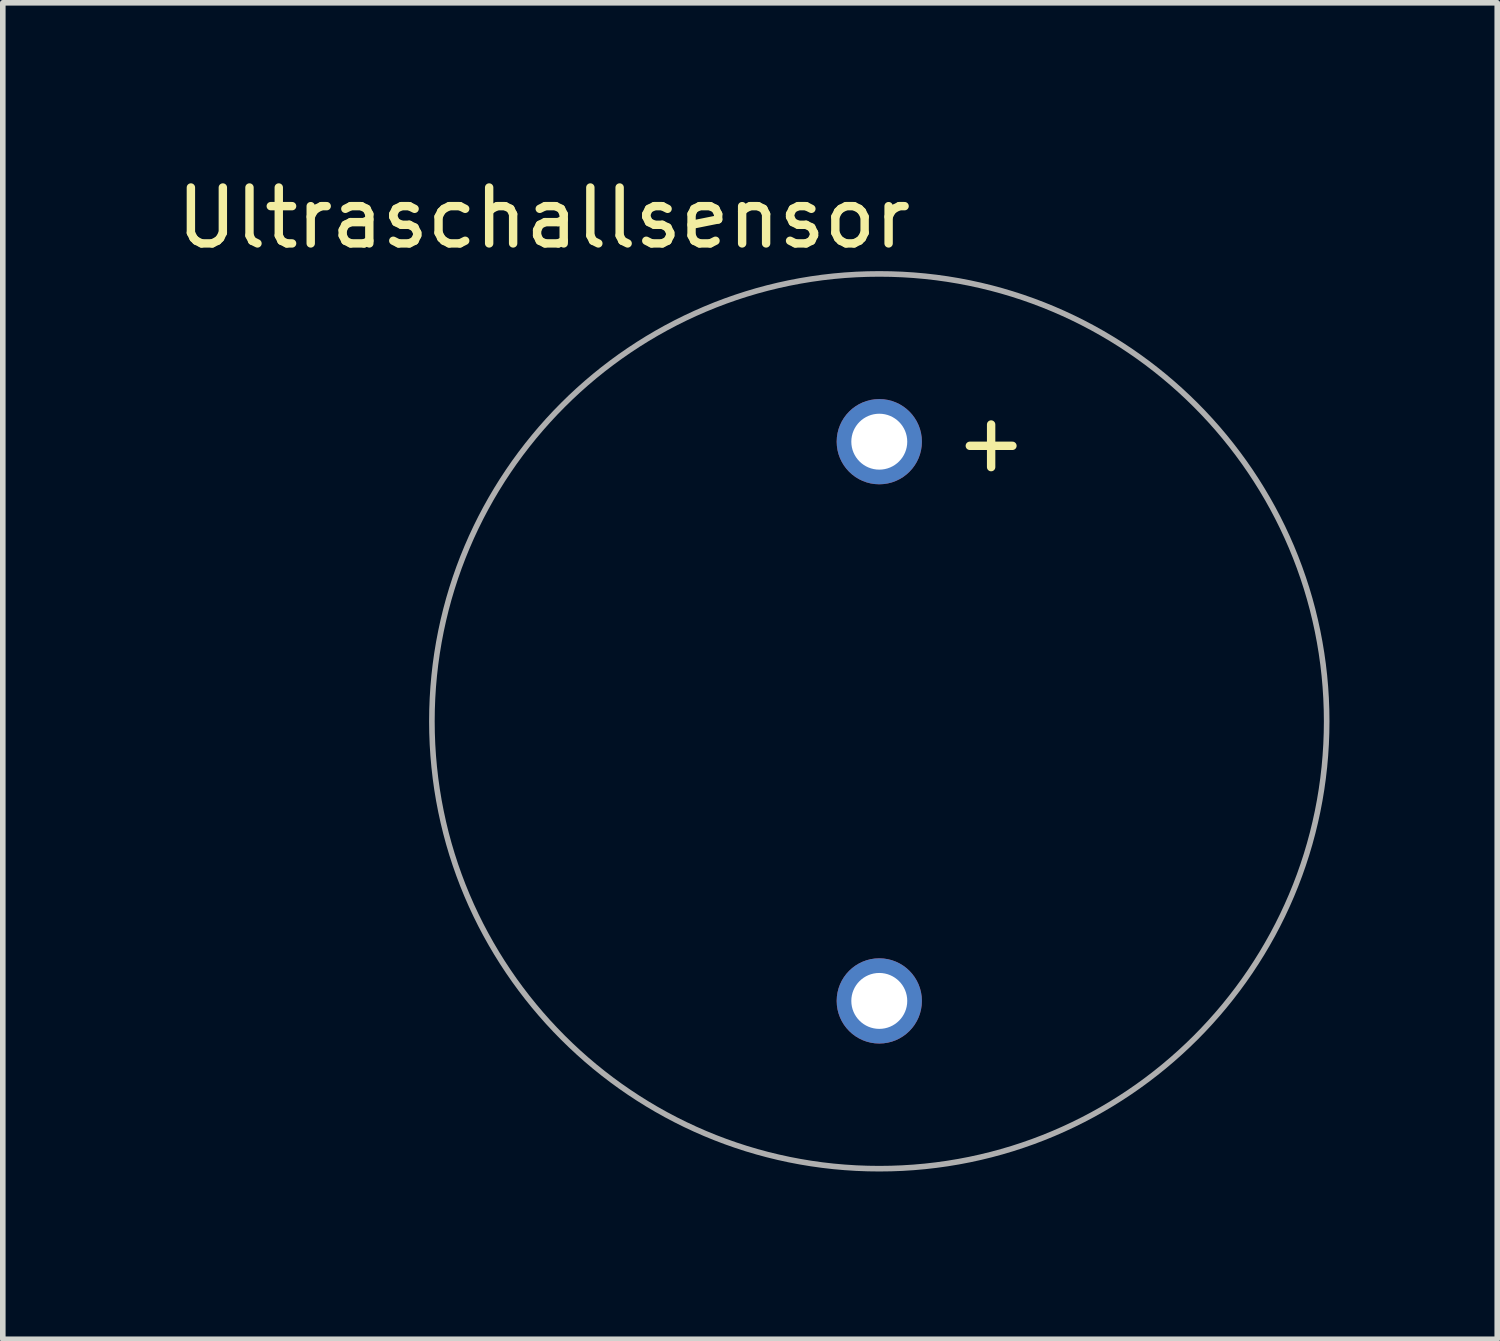
<source format=kicad_pcb>
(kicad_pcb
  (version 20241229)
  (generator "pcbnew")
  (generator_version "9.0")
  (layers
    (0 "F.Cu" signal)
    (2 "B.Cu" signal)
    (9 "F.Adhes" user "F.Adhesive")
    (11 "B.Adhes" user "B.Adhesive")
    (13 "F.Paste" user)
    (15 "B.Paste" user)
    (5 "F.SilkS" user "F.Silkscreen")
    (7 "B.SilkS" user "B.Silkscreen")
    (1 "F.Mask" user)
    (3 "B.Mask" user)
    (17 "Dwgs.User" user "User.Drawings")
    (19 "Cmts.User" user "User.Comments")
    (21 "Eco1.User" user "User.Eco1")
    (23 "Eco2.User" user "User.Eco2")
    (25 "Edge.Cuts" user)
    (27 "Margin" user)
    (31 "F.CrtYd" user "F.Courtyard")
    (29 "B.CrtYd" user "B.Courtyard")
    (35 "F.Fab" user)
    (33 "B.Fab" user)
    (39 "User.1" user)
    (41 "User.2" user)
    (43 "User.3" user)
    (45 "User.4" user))
  (footprint "Ultraschallsensor"
    (layer "F.Cu")
    (at 12.673 9.848)
    (property "Reference" "Ultraschallsensor" (at -6 -9 0) (layer "F.SilkS") (effects (font (size 1 1) (thickness 0.15))))
    (attr through_hole)
    (fp_circle (center 0 0) (end 8 0) (stroke (width 0.1) (type solid)) (fill no) (layer "F.Fab"))
    (fp_text user "+" (at 2 -5 0) (layer "F.SilkS") (effects (font (size 1 1) (thickness 0.15))))
    (pad "1" thru_hole circle (at 0 5) (size 1.524 1.524) (drill 1) (layers "*.Cu" "*.Mask"))
    (pad "2" thru_hole circle (at 0 -5) (size 1.524 1.524) (drill 1) (layers "*.Cu" "*.Mask")))
  (gr_rect
    (start -3 -3)
    (end 23.723 20.898)
    (stroke (width 0.1) (type default))
    (fill no)
    (layer "Edge.Cuts")))
</source>
